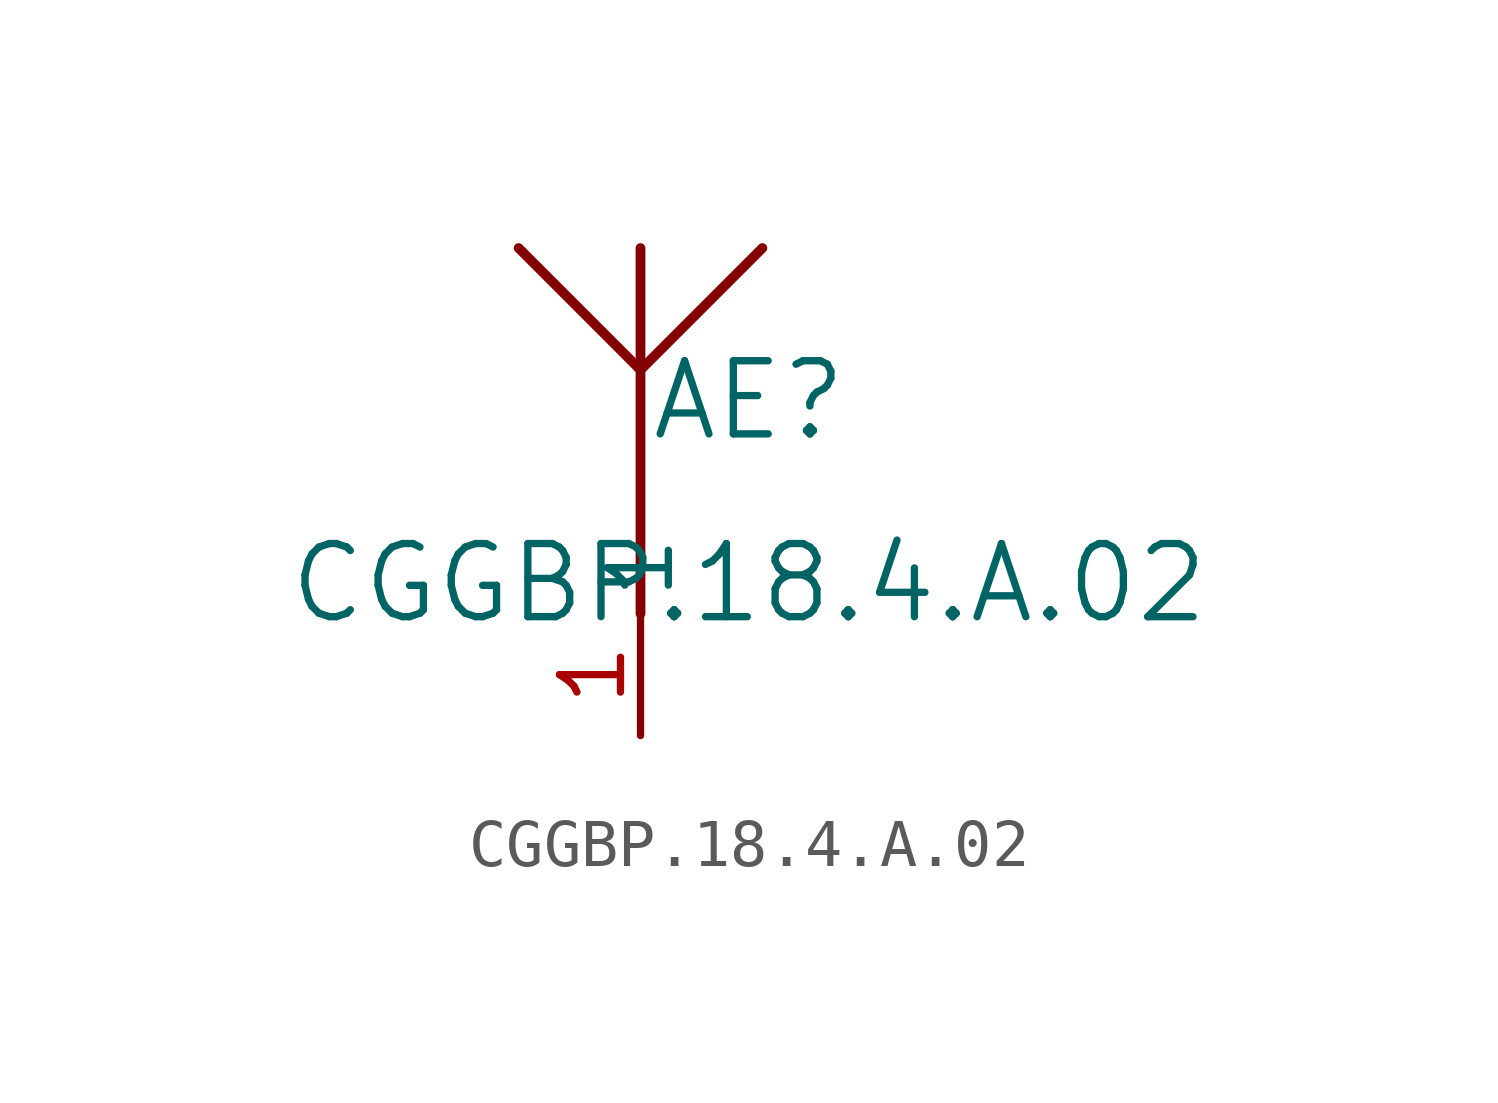
<source format=kicad_sym>
(kicad_symbol_lib
  (version 20231120)
  (generator "kicad_symbol_editor")
  (generator_version "8.0")
  (symbol "CGGBP.18.4.A.02"
    (pin_names
      (offset 0.254))
    (property "Reference" "AE"
      (at 2.261 6.985 0)
      (effects (font (size 1.524 1.524))))
    (property "Value" "CGGBP.18.4.A.02"
      (at 2.261 3.175 0)
      (effects (font (size 1.524 1.524))))
    (property "ki_locked" ""
      (at 0 0 0)
      (effects (font (size 1.27 1.27))))
    (symbol "CGGBP.18.4.A.02_0_1"
      (polyline (pts (xy -2.54 10.16) (xy 0 7.62)) (stroke (width 0.203) (type default)) (fill (type none)))
      (polyline (pts (xy 0 7.62) (xy 0 2.54)) (stroke (width 0.203) (type default)) (fill (type none)))
      (polyline (pts (xy 0 7.62) (xy 2.54 10.16)) (stroke (width 0.203) (type default)) (fill (type none)))
      (polyline (pts (xy 0 10.16) (xy 0 7.62)) (stroke (width 0.203) (type default)) (fill (type none)))
      (pin output line (at 0 0 90) (length 2.54) (name "1" (effects (font (size 1.27 1.27)))) (number "1" (effects (font (size 1.27 1.27))))))))
</source>
